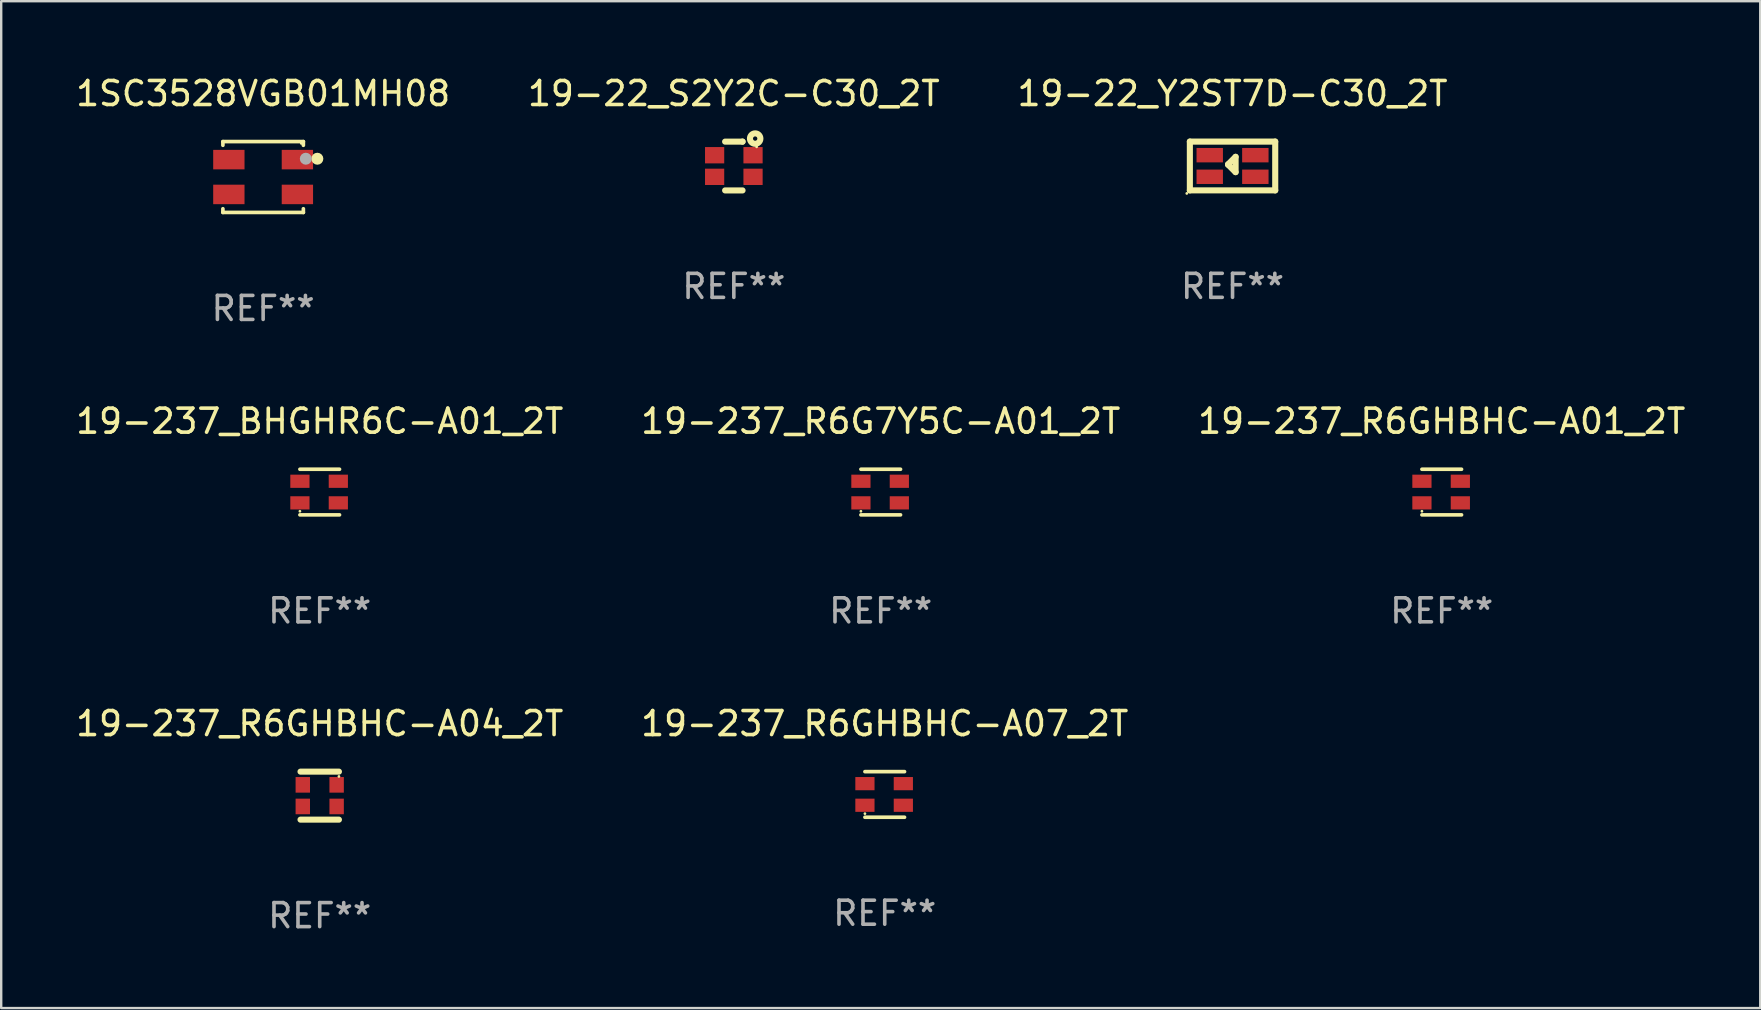
<source format=kicad_pcb>
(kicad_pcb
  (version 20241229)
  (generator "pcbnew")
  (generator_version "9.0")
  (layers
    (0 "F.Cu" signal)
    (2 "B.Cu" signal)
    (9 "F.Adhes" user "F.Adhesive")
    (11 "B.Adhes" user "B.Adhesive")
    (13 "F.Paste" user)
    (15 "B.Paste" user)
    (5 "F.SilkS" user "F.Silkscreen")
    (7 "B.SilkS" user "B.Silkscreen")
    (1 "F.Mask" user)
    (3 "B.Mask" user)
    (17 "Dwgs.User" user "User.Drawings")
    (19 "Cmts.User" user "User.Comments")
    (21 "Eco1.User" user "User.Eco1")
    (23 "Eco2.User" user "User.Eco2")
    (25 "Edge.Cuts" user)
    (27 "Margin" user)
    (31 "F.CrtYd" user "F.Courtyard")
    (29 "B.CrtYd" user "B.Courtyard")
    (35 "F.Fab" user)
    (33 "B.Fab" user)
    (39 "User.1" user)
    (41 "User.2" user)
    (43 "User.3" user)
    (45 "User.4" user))
  (footprint "19-237_R6GHBHC-A07_2T"
    (layer "F.Cu")
    (at 33.804 30.043)
    (property "Reference" "19-237_R6GHBHC-A07_2T" (at 0 -2.95 0) (layer "F.SilkS") (effects (font (size 1 1) (thickness 0.15))))
    (attr through_hole)
    (fp_line (start -0.825 -0.95) (end 0.825 -0.95) (stroke (width 0.152) (type solid)) (layer "F.SilkS"))
    (fp_line (start 0.825 0.95) (end -0.825 0.95) (stroke (width 0.152) (type solid)) (layer "F.SilkS"))
    (fp_circle (center -0.825 0.8) (end -0.795 0.8) (stroke (width 0.06) (type solid)) (fill no) (layer "F.SilkS"))
    (fp_text user "REF**" (at 0 4.95 0) (layer "F.Fab") (effects (font (size 1 1) (thickness 0.15))))
    (pad "1" smd rect (at -0.825 0.45) (size 0.8 0.55) (layers "F.Cu" "F.Mask" "F.Paste"))
    (pad "2" smd rect (at -0.825 -0.45) (size 0.8 0.55) (layers "F.Cu" "F.Mask" "F.Paste"))
    (pad "3" smd rect (at 0.775 -0.45) (size 0.8 0.55) (layers "F.Cu" "F.Mask" "F.Paste"))
    (pad "4" smd rect (at 0.775 0.45) (size 0.8 0.55) (layers "F.Cu" "F.Mask" "F.Paste")))
  (footprint "19-22_Y2ST7D-C30_2T"
    (layer "F.Cu")
    (at 48.292 3.864)
    (property "Reference" "19-22_Y2ST7D-C30_2T" (at 0 -3.016 0) (layer "F.SilkS") (effects (font (size 1 1) (thickness 0.15))))
    (attr through_hole)
    (fp_line (start -1.778 -1.016) (end 1.778 -1.016) (stroke (width 0.254) (type solid)) (layer "F.SilkS"))
    (fp_line (start -1.778 1.016) (end -1.778 -1.016) (stroke (width 0.254) (type solid)) (layer "F.SilkS"))
    (fp_line (start -0.183 -0.071) (end -0.183 -0.052) (stroke (width 0.254) (type solid)) (layer "F.SilkS"))
    (fp_line (start -0.183 -0.052) (end 0.127 0.258) (stroke (width 0.254) (type solid)) (layer "F.SilkS"))
    (fp_line (start 0.127 -0.381) (end -0.183 -0.071) (stroke (width 0.254) (type solid)) (layer "F.SilkS"))
    (fp_line (start 0.127 0.254) (end 0.127 -0.381) (stroke (width 0.254) (type solid)) (layer "F.SilkS"))
    (fp_line (start 1.778 -1.016) (end 1.778 1.016) (stroke (width 0.254) (type solid)) (layer "F.SilkS"))
    (fp_line (start 1.778 1.016) (end -1.778 1.016) (stroke (width 0.254) (type solid)) (layer "F.SilkS"))
    (fp_circle (center -1.905 1.143) (end -1.875 1.143) (stroke (width 0.06) (type solid)) (fill no) (layer "F.SilkS"))
    (fp_text user "REF**" (at 0 5.016 0) (layer "F.Fab") (effects (font (size 1 1) (thickness 0.15))))
    (pad "1" smd rect (at -0.95 0.45 90) (size 0.6 1.1) (layers "F.Cu" "F.Mask" "F.Paste"))
    (pad "2" smd rect (at -0.95 -0.45 90) (size 0.6 1.1) (layers "F.Cu" "F.Mask" "F.Paste"))
    (pad "3" smd rect (at 0.95 -0.45 90) (size 0.6 1.1) (layers "F.Cu" "F.Mask" "F.Paste"))
    (pad "4" smd rect (at 0.95 0.45 90) (size 0.6 1.1) (layers "F.Cu" "F.Mask" "F.Paste")))
  (footprint "19-237_BHGHR6C-A01_2T"
    (layer "F.Cu")
    (at 10.268 17.447)
    (property "Reference" "19-237_BHGHR6C-A01_2T" (at 0 -2.95 0) (layer "F.SilkS") (effects (font (size 1 1) (thickness 0.15))))
    (attr through_hole)
    (fp_line (start -0.825 -0.95) (end 0.825 -0.95) (stroke (width 0.152) (type solid)) (layer "F.SilkS"))
    (fp_line (start 0.825 0.95) (end -0.825 0.95) (stroke (width 0.152) (type solid)) (layer "F.SilkS"))
    (fp_circle (center -0.825 0.8) (end -0.795 0.8) (stroke (width 0.06) (type solid)) (fill no) (layer "F.SilkS"))
    (fp_text user "REF**" (at 0 4.95 0) (layer "F.Fab") (effects (font (size 1 1) (thickness 0.15))))
    (pad "1" smd rect (at -0.825 0.45) (size 0.8 0.55) (layers "F.Cu" "F.Mask" "F.Paste"))
    (pad "2" smd rect (at -0.825 -0.45) (size 0.8 0.55) (layers "F.Cu" "F.Mask" "F.Paste"))
    (pad "3" smd rect (at 0.775 -0.45) (size 0.8 0.55) (layers "F.Cu" "F.Mask" "F.Paste"))
    (pad "4" smd rect (at 0.775 0.45) (size 0.8 0.55) (layers "F.Cu" "F.Mask" "F.Paste")))
  (footprint "19-237_R6G7Y5C-A01_2T"
    (layer "F.Cu")
    (at 33.637 17.447)
    (property "Reference" "19-237_R6G7Y5C-A01_2T" (at 0 -2.95 0) (layer "F.SilkS") (effects (font (size 1 1) (thickness 0.15))))
    (attr through_hole)
    (fp_line (start -0.825 -0.95) (end 0.825 -0.95) (stroke (width 0.152) (type solid)) (layer "F.SilkS"))
    (fp_line (start 0.825 0.95) (end -0.825 0.95) (stroke (width 0.152) (type solid)) (layer "F.SilkS"))
    (fp_circle (center -0.825 0.8) (end -0.795 0.8) (stroke (width 0.06) (type solid)) (fill no) (layer "F.SilkS"))
    (fp_text user "REF**" (at 0 4.95 0) (layer "F.Fab") (effects (font (size 1 1) (thickness 0.15))))
    (pad "1" smd rect (at -0.825 0.45) (size 0.8 0.55) (layers "F.Cu" "F.Mask" "F.Paste"))
    (pad "2" smd rect (at -0.825 -0.45) (size 0.8 0.55) (layers "F.Cu" "F.Mask" "F.Paste"))
    (pad "3" smd rect (at 0.775 -0.45) (size 0.8 0.55) (layers "F.Cu" "F.Mask" "F.Paste"))
    (pad "4" smd rect (at 0.775 0.45) (size 0.8 0.55) (layers "F.Cu" "F.Mask" "F.Paste")))
  (footprint "19-22_S2Y2C-C30_2T"
    (layer "F.Cu")
    (at 27.518 3.865)
    (property "Reference" "19-22_S2Y2C-C30_2T" (at 0 -3.017 0) (layer "F.SilkS") (effects (font (size 1 1) (thickness 0.15))))
    (attr through_hole)
    (fp_line (start -0.363 -1.015) (end 0.363 -1.015) (stroke (width 0.254) (type solid)) (layer "F.SilkS"))
    (fp_line (start 0.363 -1.015) (end 0.363 -1.017) (stroke (width 0.254) (type solid)) (layer "F.SilkS"))
    (fp_line (start 0.363 1.017) (end -0.363 1.017) (stroke (width 0.254) (type solid)) (layer "F.SilkS"))
    (fp_circle (center 0.889 -1.142) (end 0.979 -1.142) (stroke (width 0.254) (type solid)) (fill no) (layer "F.SilkS"))
    (fp_circle (center 0.95 -0.799) (end 0.98 -0.799) (stroke (width 0.06) (type solid)) (fill no) (layer "F.SilkS"))
    (fp_text user "REF**" (at 0 5.017 0) (layer "F.Fab") (effects (font (size 1 1) (thickness 0.15))))
    (pad "1" smd rect (at 0.8 -0.449) (size 0.8 0.68) (layers "F.Cu" "F.Mask" "F.Paste"))
    (pad "2" smd rect (at -0.8 -0.449) (size 0.8 0.68) (layers "F.Cu" "F.Mask" "F.Paste"))
    (pad "3" smd rect (at 0.8 0.451) (size 0.8 0.68) (layers "F.Cu" "F.Mask" "F.Paste"))
    (pad "4" smd rect (at -0.8 0.451) (size 0.8 0.68) (layers "F.Cu" "F.Mask" "F.Paste")))
  (footprint "19-237_R6GHBHC-A04_2T"
    (layer "F.Cu")
    (at 10.268 30.093)
    (property "Reference" "19-237_R6GHBHC-A04_2T" (at 0 -3 0) (layer "F.SilkS") (effects (font (size 1 1) (thickness 0.15))))
    (attr through_hole)
    (fp_line (start -0.8 -1) (end 0.8 -1) (stroke (width 0.254) (type solid)) (layer "F.SilkS"))
    (fp_line (start -0.8 1) (end 0.8 1) (stroke (width 0.254) (type solid)) (layer "F.SilkS"))
    (fp_circle (center 0.8 -0.8) (end 0.83 -0.8) (stroke (width 0.06) (type solid)) (fill no) (layer "F.SilkS"))
    (fp_text user "REF**" (at 0 5 0) (layer "F.Fab") (effects (font (size 1 1) (thickness 0.15))))
    (pad "1" smd rect (at 0.705 -0.45) (size 0.6 0.65) (layers "F.Cu" "F.Mask" "F.Paste"))
    (pad "2" smd rect (at -0.705 -0.45) (size 0.6 0.65) (layers "F.Cu" "F.Mask" "F.Paste"))
    (pad "3" smd rect (at 0.705 0.45) (size 0.6 0.65) (layers "F.Cu" "F.Mask" "F.Paste"))
    (pad "4" smd rect (at -0.705 0.45) (size 0.6 0.65) (layers "F.Cu" "F.Mask" "F.Paste")))
  (footprint "1SC3528VGB01MH08"
    (layer "F.Cu")
    (at 7.911 4.324)
    (property "Reference" "1SC3528VGB01MH08" (at 0 -3.476 0) (layer "F.SilkS") (effects (font (size 1 1) (thickness 0.15))))
    (attr through_hole)
    (fp_line (start -1.676 -1.476) (end 1.676 -1.476) (stroke (width 0.152) (type solid)) (layer "F.SilkS"))
    (fp_line (start -1.676 -1.322) (end -1.676 -1.476) (stroke (width 0.152) (type solid)) (layer "F.SilkS"))
    (fp_line (start -1.676 1.322) (end -1.676 1.476) (stroke (width 0.152) (type solid)) (layer "F.SilkS"))
    (fp_line (start -1.676 1.476) (end 1.676 1.476) (stroke (width 0.152) (type solid)) (layer "F.SilkS"))
    (fp_line (start 1.676 -1.476) (end 1.676 -1.322) (stroke (width 0.152) (type solid)) (layer "F.SilkS"))
    (fp_line (start 1.676 1.476) (end 1.676 1.322) (stroke (width 0.152) (type solid)) (layer "F.SilkS"))
    (fp_circle (center 1.59 -1.4) (end 1.62 -1.4) (stroke (width 0.06) (type solid)) (fill no) (layer "F.SilkS"))
    (fp_circle (center 2.258 -0.762) (end 2.383 -0.762) (stroke (width 0.25) (type solid)) (fill no) (layer "F.SilkS"))
    (fp_circle (center 1.778 -0.762) (end 1.903 -0.762) (stroke (width 0.25) (type solid)) (fill no) (layer "F.Fab"))
    (fp_text user "REF**" (at 0 5.476 0) (layer "F.Fab") (effects (font (size 1 1) (thickness 0.15))))
    (pad "1" smd rect (at 1.427 -0.725 270) (size 0.812 1.305) (layers "F.Cu" "F.Mask" "F.Paste"))
    (pad "2" smd rect (at 1.427 0.725 270) (size 0.812 1.305) (layers "F.Cu" "F.Mask" "F.Paste"))
    (pad "3" smd rect (at -1.428 -0.725 270) (size 0.812 1.305) (layers "F.Cu" "F.Mask" "F.Paste"))
    (pad "4" smd rect (at -1.428 0.725 270) (size 0.812 1.305) (layers "F.Cu" "F.Mask" "F.Paste")))
  (footprint "19-237_R6GHBHC-A01_2T"
    (layer "F.Cu")
    (at 57.006 17.447)
    (property "Reference" "19-237_R6GHBHC-A01_2T" (at 0 -2.95 0) (layer "F.SilkS") (effects (font (size 1 1) (thickness 0.15))))
    (attr through_hole)
    (fp_line (start -0.825 -0.95) (end 0.825 -0.95) (stroke (width 0.152) (type solid)) (layer "F.SilkS"))
    (fp_line (start 0.825 0.95) (end -0.825 0.95) (stroke (width 0.152) (type solid)) (layer "F.SilkS"))
    (fp_circle (center -0.825 0.8) (end -0.795 0.8) (stroke (width 0.06) (type solid)) (fill no) (layer "F.SilkS"))
    (fp_text user "REF**" (at 0 4.95 0) (layer "F.Fab") (effects (font (size 1 1) (thickness 0.15))))
    (pad "1" smd rect (at -0.825 0.45) (size 0.8 0.55) (layers "F.Cu" "F.Mask" "F.Paste"))
    (pad "2" smd rect (at -0.825 -0.45) (size 0.8 0.55) (layers "F.Cu" "F.Mask" "F.Paste"))
    (pad "3" smd rect (at 0.775 -0.45) (size 0.8 0.55) (layers "F.Cu" "F.Mask" "F.Paste"))
    (pad "4" smd rect (at 0.775 0.45) (size 0.8 0.55) (layers "F.Cu" "F.Mask" "F.Paste")))
  (gr_rect
    (start -3 -3)
    (end 70.274 38.941)
    (stroke (width 0.1) (type default))
    (fill no)
    (layer "Edge.Cuts")))
</source>
